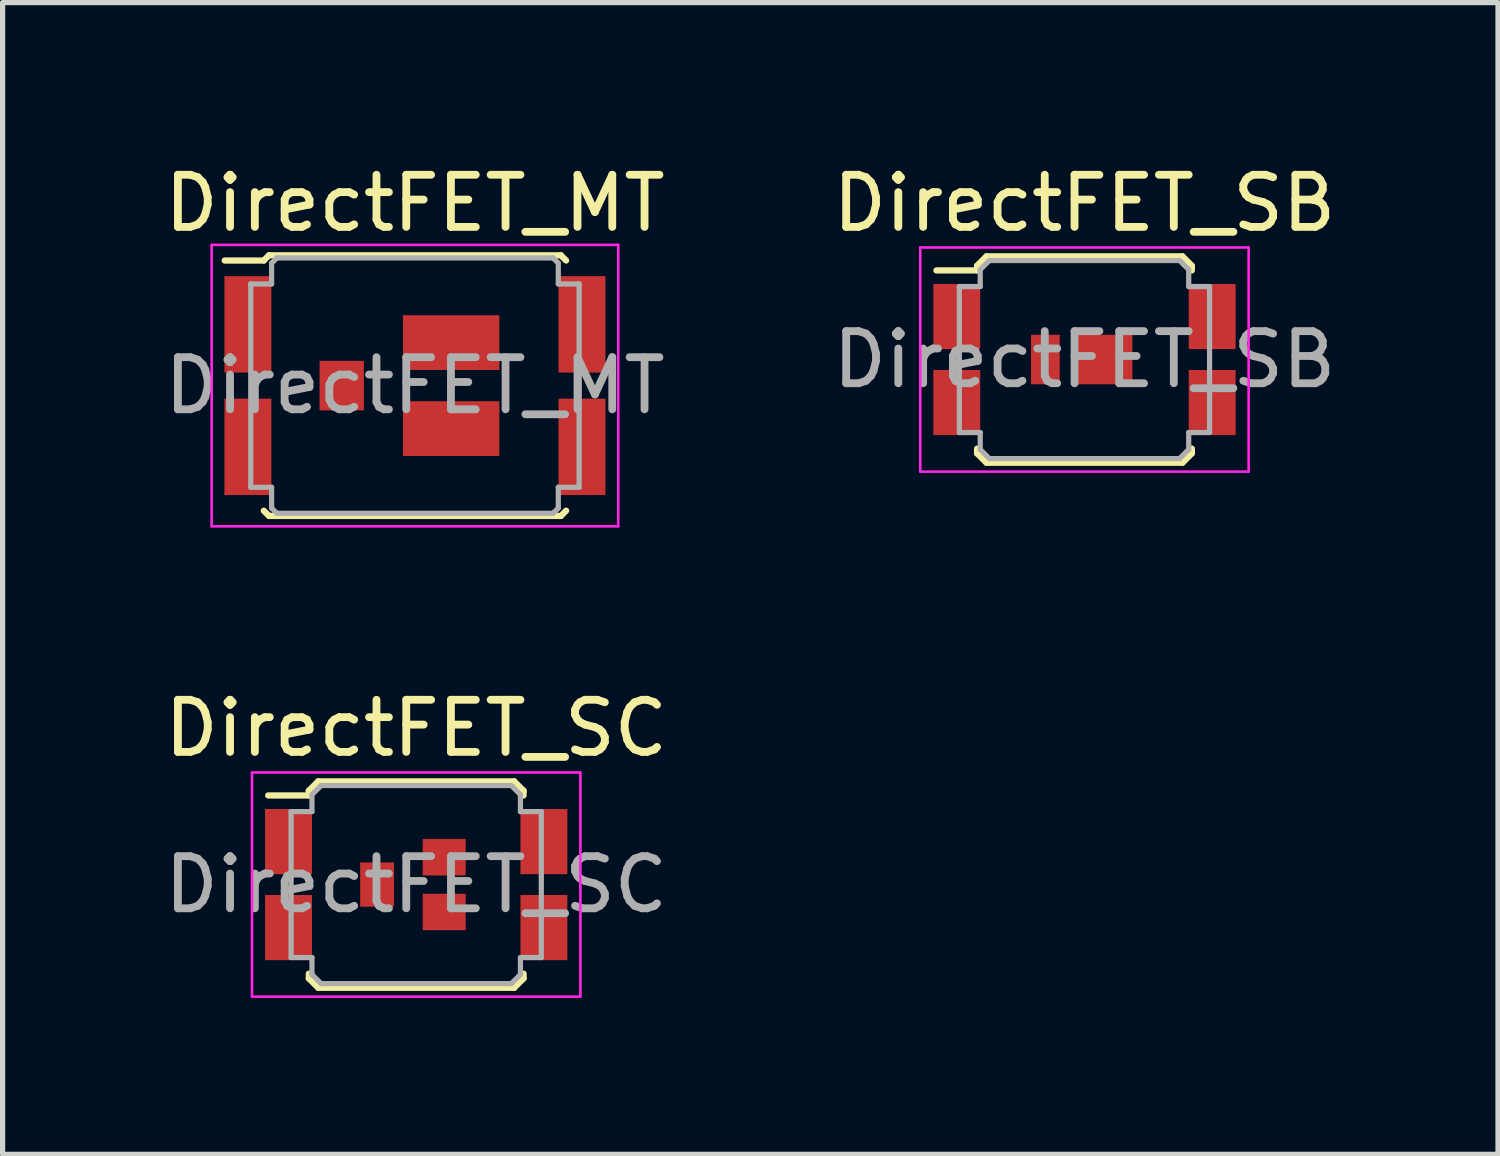
<source format=kicad_pcb>
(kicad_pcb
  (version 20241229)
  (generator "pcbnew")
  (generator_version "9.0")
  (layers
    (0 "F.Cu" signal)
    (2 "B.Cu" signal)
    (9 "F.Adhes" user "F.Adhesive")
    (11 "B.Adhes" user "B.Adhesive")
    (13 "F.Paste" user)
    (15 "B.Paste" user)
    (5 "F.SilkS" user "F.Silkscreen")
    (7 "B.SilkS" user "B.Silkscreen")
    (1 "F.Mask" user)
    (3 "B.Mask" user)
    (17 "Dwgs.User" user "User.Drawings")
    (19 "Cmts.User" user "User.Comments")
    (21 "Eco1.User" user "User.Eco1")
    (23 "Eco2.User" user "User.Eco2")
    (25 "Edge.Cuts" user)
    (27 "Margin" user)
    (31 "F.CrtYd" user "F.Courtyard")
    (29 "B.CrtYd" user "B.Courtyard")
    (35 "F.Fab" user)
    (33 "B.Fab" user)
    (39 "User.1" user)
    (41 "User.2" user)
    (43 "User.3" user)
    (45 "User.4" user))
  (footprint "DirectFET_SC"
    (layer "F.Cu")
    (at 4.935 13.921)
    (property "Reference" "DirectFET_SC" (at 0 -3 0) (layer "F.SilkS") (effects (font (size 1 1) (thickness 0.15))))
    (attr smd)
    (fp_line (start -2.84 -1.71) (end -2.06 -1.71) (stroke (width 0.12) (type solid)) (layer "F.SilkS"))
    (fp_line (start -2.06 -1.8) (end -1.88 -1.98) (stroke (width 0.12) (type solid)) (layer "F.SilkS"))
    (fp_line (start -2.06 -1.71) (end -2.06 -1.8) (stroke (width 0.12) (type solid)) (layer "F.SilkS"))
    (fp_line (start -2.06 1.71) (end -2.06 1.8) (stroke (width 0.12) (type solid)) (layer "F.SilkS"))
    (fp_line (start -2.06 1.8) (end -1.88 1.98) (stroke (width 0.12) (type solid)) (layer "F.SilkS"))
    (fp_line (start -1.88 -1.98) (end 1.88 -1.98) (stroke (width 0.12) (type solid)) (layer "F.SilkS"))
    (fp_line (start -1.88 1.98) (end 1.88 1.98) (stroke (width 0.12) (type solid)) (layer "F.SilkS"))
    (fp_line (start 2.06 -1.8) (end 1.88 -1.98) (stroke (width 0.12) (type solid)) (layer "F.SilkS"))
    (fp_line (start 2.06 -1.71) (end 2.06 -1.8) (stroke (width 0.12) (type solid)) (layer "F.SilkS"))
    (fp_line (start 2.06 1.71) (end 2.06 1.8) (stroke (width 0.12) (type solid)) (layer "F.SilkS"))
    (fp_line (start 2.06 1.8) (end 1.88 1.98) (stroke (width 0.12) (type solid)) (layer "F.SilkS"))
    (fp_line (start -3.15 -2.15) (end -3.15 2.15) (stroke (width 0.05) (type solid)) (layer "F.CrtYd"))
    (fp_line (start -3.15 -2.15) (end 3.15 -2.15) (stroke (width 0.05) (type solid)) (layer "F.CrtYd"))
    (fp_line (start -3.15 2.15) (end 3.15 2.15) (stroke (width 0.05) (type solid)) (layer "F.CrtYd"))
    (fp_line (start 3.15 -2.15) (end 3.15 2.15) (stroke (width 0.05) (type solid)) (layer "F.CrtYd"))
    (fp_line (start -2.4 -1.4) (end -2 -1.4) (stroke (width 0.1) (type solid)) (layer "F.Fab"))
    (fp_line (start -2.4 1.4) (end -2.4 -1.4) (stroke (width 0.1) (type solid)) (layer "F.Fab"))
    (fp_line (start -2.4 1.4) (end -2 1.4) (stroke (width 0.1) (type solid)) (layer "F.Fab"))
    (fp_line (start -2 -1.725) (end -1.825 -1.9) (stroke (width 0.1) (type solid)) (layer "F.Fab"))
    (fp_line (start -2 -1.4) (end -2 -1.725) (stroke (width 0.1) (type solid)) (layer "F.Fab"))
    (fp_line (start -2 1.4) (end -2 1.725) (stroke (width 0.1) (type solid)) (layer "F.Fab"))
    (fp_line (start -2 1.725) (end -1.825 1.9) (stroke (width 0.1) (type solid)) (layer "F.Fab"))
    (fp_line (start -1.825 -1.9) (end 1.825 -1.9) (stroke (width 0.1) (type solid)) (layer "F.Fab"))
    (fp_line (start -1.825 1.9) (end 1.825 1.9) (stroke (width 0.1) (type solid)) (layer "F.Fab"))
    (fp_line (start 1.825 -1.9) (end 2 -1.725) (stroke (width 0.1) (type solid)) (layer "F.Fab"))
    (fp_line (start 1.825 1.9) (end 2 1.725) (stroke (width 0.1) (type solid)) (layer "F.Fab"))
    (fp_line (start 2 -1.4) (end 2 -1.725) (stroke (width 0.1) (type solid)) (layer "F.Fab"))
    (fp_line (start 2 1.4) (end 2 1.725) (stroke (width 0.1) (type solid)) (layer "F.Fab"))
    (fp_line (start 2.4 -1.4) (end 2 -1.4) (stroke (width 0.1) (type solid)) (layer "F.Fab"))
    (fp_line (start 2.4 1.4) (end 2 1.4) (stroke (width 0.1) (type solid)) (layer "F.Fab"))
    (fp_line (start 2.4 1.4) (end 2.4 -1.4) (stroke (width 0.1) (type solid)) (layer "F.Fab"))
    (fp_text user "${REFERENCE}" (at 0 0 0) (layer "F.Fab") (effects (font (size 1 1) (thickness 0.15))))
    (pad "1" smd rect (at -2.45 -0.825) (size 0.9 1.25) (layers "F.Cu" "F.Mask" "F.Paste"))
    (pad "1" smd rect (at -2.45 0.825) (size 0.9 1.25) (layers "F.Cu" "F.Mask" "F.Paste"))
    (pad "1" smd rect (at 2.45 -0.825) (size 0.9 1.25) (layers "F.Cu" "F.Mask" "F.Paste"))
    (pad "1" smd rect (at 2.45 0.825) (size 0.9 1.25) (layers "F.Cu" "F.Mask" "F.Paste"))
    (pad "2" smd rect (at -0.75 0) (size 0.65 0.85) (layers "F.Cu" "F.Mask" "F.Paste"))
    (pad "3" smd rect (at 0.537 -0.525) (size 0.825 0.7) (layers "F.Cu" "F.Mask" "F.Paste"))
    (pad "3" smd rect (at 0.537 0.525) (size 0.825 0.7) (layers "F.Cu" "F.Mask" "F.Paste")))
  (footprint "DirectFET_SB"
    (layer "F.Cu")
    (at 17.756 3.848)
    (property "Reference" "DirectFET_SB" (at 0 -3 0) (layer "F.SilkS") (effects (font (size 1 1) (thickness 0.15))))
    (attr smd)
    (fp_line (start -2.84 -1.71) (end -2.06 -1.71) (stroke (width 0.12) (type solid)) (layer "F.SilkS"))
    (fp_line (start -2.06 -1.8) (end -1.88 -1.98) (stroke (width 0.12) (type solid)) (layer "F.SilkS"))
    (fp_line (start -2.06 -1.71) (end -2.06 -1.8) (stroke (width 0.12) (type solid)) (layer "F.SilkS"))
    (fp_line (start -2.06 1.71) (end -2.06 1.8) (stroke (width 0.12) (type solid)) (layer "F.SilkS"))
    (fp_line (start -2.06 1.8) (end -1.88 1.98) (stroke (width 0.12) (type solid)) (layer "F.SilkS"))
    (fp_line (start -1.88 -1.98) (end 1.88 -1.98) (stroke (width 0.12) (type solid)) (layer "F.SilkS"))
    (fp_line (start -1.88 1.98) (end 1.88 1.98) (stroke (width 0.12) (type solid)) (layer "F.SilkS"))
    (fp_line (start 2.06 -1.8) (end 1.88 -1.98) (stroke (width 0.12) (type solid)) (layer "F.SilkS"))
    (fp_line (start 2.06 -1.71) (end 2.06 -1.8) (stroke (width 0.12) (type solid)) (layer "F.SilkS"))
    (fp_line (start 2.06 1.71) (end 2.06 1.8) (stroke (width 0.12) (type solid)) (layer "F.SilkS"))
    (fp_line (start 2.06 1.8) (end 1.88 1.98) (stroke (width 0.12) (type solid)) (layer "F.SilkS"))
    (fp_line (start -3.15 -2.15) (end -3.15 2.15) (stroke (width 0.05) (type solid)) (layer "F.CrtYd"))
    (fp_line (start -3.15 -2.15) (end 3.15 -2.15) (stroke (width 0.05) (type solid)) (layer "F.CrtYd"))
    (fp_line (start -3.15 2.15) (end 3.15 2.15) (stroke (width 0.05) (type solid)) (layer "F.CrtYd"))
    (fp_line (start 3.15 -2.15) (end 3.15 2.15) (stroke (width 0.05) (type solid)) (layer "F.CrtYd"))
    (fp_line (start -2.4 -1.4) (end -2 -1.4) (stroke (width 0.1) (type solid)) (layer "F.Fab"))
    (fp_line (start -2.4 1.4) (end -2.4 -1.4) (stroke (width 0.1) (type solid)) (layer "F.Fab"))
    (fp_line (start -2.4 1.4) (end -2 1.4) (stroke (width 0.1) (type solid)) (layer "F.Fab"))
    (fp_line (start -2 -1.725) (end -1.825 -1.9) (stroke (width 0.1) (type solid)) (layer "F.Fab"))
    (fp_line (start -2 -1.4) (end -2 -1.725) (stroke (width 0.1) (type solid)) (layer "F.Fab"))
    (fp_line (start -2 1.4) (end -2 1.725) (stroke (width 0.1) (type solid)) (layer "F.Fab"))
    (fp_line (start -2 1.725) (end -1.825 1.9) (stroke (width 0.1) (type solid)) (layer "F.Fab"))
    (fp_line (start -1.825 -1.9) (end 1.825 -1.9) (stroke (width 0.1) (type solid)) (layer "F.Fab"))
    (fp_line (start -1.825 1.9) (end 1.825 1.9) (stroke (width 0.1) (type solid)) (layer "F.Fab"))
    (fp_line (start 1.825 -1.9) (end 2 -1.725) (stroke (width 0.1) (type solid)) (layer "F.Fab"))
    (fp_line (start 1.825 1.9) (end 2 1.725) (stroke (width 0.1) (type solid)) (layer "F.Fab"))
    (fp_line (start 2 -1.4) (end 2 -1.725) (stroke (width 0.1) (type solid)) (layer "F.Fab"))
    (fp_line (start 2 1.4) (end 2 1.725) (stroke (width 0.1) (type solid)) (layer "F.Fab"))
    (fp_line (start 2.4 -1.4) (end 2 -1.4) (stroke (width 0.1) (type solid)) (layer "F.Fab"))
    (fp_line (start 2.4 1.4) (end 2 1.4) (stroke (width 0.1) (type solid)) (layer "F.Fab"))
    (fp_line (start 2.4 1.4) (end 2.4 -1.4) (stroke (width 0.1) (type solid)) (layer "F.Fab"))
    (fp_text user "${REFERENCE}" (at 0 0 0) (layer "F.Fab") (effects (font (size 1 1) (thickness 0.15))))
    (pad "1" smd rect (at -2.45 -0.825) (size 0.9 1.25) (layers "F.Cu" "F.Mask" "F.Paste"))
    (pad "1" smd rect (at -2.45 0.825) (size 0.9 1.25) (layers "F.Cu" "F.Mask" "F.Paste"))
    (pad "1" smd rect (at 2.45 -0.825) (size 0.9 1.25) (layers "F.Cu" "F.Mask" "F.Paste"))
    (pad "1" smd rect (at 2.45 0.825) (size 0.9 1.25) (layers "F.Cu" "F.Mask" "F.Paste"))
    (pad "2" smd rect (at -0.75 0) (size 0.55 0.95) (layers "F.Cu" "F.Mask" "F.Paste"))
    (pad "3" smd rect (at 0.395 0) (size 1.05 0.95) (layers "F.Cu" "F.Mask" "F.Paste")))
  (footprint "DirectFET_MT"
    (layer "F.Cu")
    (at 4.911 4.348)
    (property "Reference" "DirectFET_MT" (at 0 -3.5 0) (layer "F.SilkS") (effects (font (size 1 1) (thickness 0.15))))
    (attr smd)
    (fp_line (start -3.65 -2.4) (end -2.9 -2.4) (stroke (width 0.12) (type solid)) (layer "F.SilkS"))
    (fp_line (start -2.9 -2.4) (end -2.8 -2.5) (stroke (width 0.12) (type solid)) (layer "F.SilkS"))
    (fp_line (start -2.8 -2.5) (end 2.8 -2.5) (stroke (width 0.12) (type solid)) (layer "F.SilkS"))
    (fp_line (start -2.8 2.5) (end -2.9 2.4) (stroke (width 0.12) (type solid)) (layer "F.SilkS"))
    (fp_line (start 2.8 -2.5) (end 2.9 -2.4) (stroke (width 0.12) (type solid)) (layer "F.SilkS"))
    (fp_line (start 2.8 2.5) (end -2.8 2.5) (stroke (width 0.12) (type solid)) (layer "F.SilkS"))
    (fp_line (start 2.9 2.4) (end 2.8 2.5) (stroke (width 0.12) (type solid)) (layer "F.SilkS"))
    (fp_line (start -3.9 -2.7) (end -3.9 2.7) (stroke (width 0.05) (type solid)) (layer "F.CrtYd"))
    (fp_line (start -3.9 2.7) (end 3.9 2.7) (stroke (width 0.05) (type solid)) (layer "F.CrtYd"))
    (fp_line (start 3.9 -2.7) (end -3.9 -2.7) (stroke (width 0.05) (type solid)) (layer "F.CrtYd"))
    (fp_line (start 3.9 2.7) (end 3.9 -2.7) (stroke (width 0.05) (type solid)) (layer "F.CrtYd"))
    (fp_line (start -3.15 -1.95) (end -2.75 -1.95) (stroke (width 0.1) (type solid)) (layer "F.Fab"))
    (fp_line (start -3.15 1.95) (end -3.15 -1.95) (stroke (width 0.1) (type solid)) (layer "F.Fab"))
    (fp_line (start -3.15 1.95) (end -2.75 1.95) (stroke (width 0.1) (type solid)) (layer "F.Fab"))
    (fp_line (start -2.75 -2.35) (end -2.65 -2.45) (stroke (width 0.1) (type solid)) (layer "F.Fab"))
    (fp_line (start -2.75 -1.95) (end -2.75 -2.35) (stroke (width 0.1) (type solid)) (layer "F.Fab"))
    (fp_line (start -2.75 1.95) (end -2.75 2.35) (stroke (width 0.1) (type solid)) (layer "F.Fab"))
    (fp_line (start -2.75 2.35) (end -2.65 2.45) (stroke (width 0.1) (type solid)) (layer "F.Fab"))
    (fp_line (start -2.65 2.45) (end 2.65 2.45) (stroke (width 0.1) (type solid)) (layer "F.Fab"))
    (fp_line (start 2.65 -2.45) (end -2.65 -2.45) (stroke (width 0.1) (type solid)) (layer "F.Fab"))
    (fp_line (start 2.65 -2.45) (end 2.75 -2.35) (stroke (width 0.1) (type solid)) (layer "F.Fab"))
    (fp_line (start 2.75 -2.35) (end 2.75 -1.95) (stroke (width 0.1) (type solid)) (layer "F.Fab"))
    (fp_line (start 2.75 -1.95) (end 3.15 -1.95) (stroke (width 0.1) (type solid)) (layer "F.Fab"))
    (fp_line (start 2.75 1.95) (end 2.75 2.35) (stroke (width 0.1) (type solid)) (layer "F.Fab"))
    (fp_line (start 2.75 2.35) (end 2.65 2.45) (stroke (width 0.1) (type solid)) (layer "F.Fab"))
    (fp_line (start 3.15 -1.95) (end 3.15 1.95) (stroke (width 0.1) (type solid)) (layer "F.Fab"))
    (fp_line (start 3.15 1.95) (end 2.75 1.95) (stroke (width 0.1) (type solid)) (layer "F.Fab"))
    (fp_text user "${REFERENCE}" (at 0 0 0) (layer "F.Fab") (effects (font (size 1 1) (thickness 0.15))))
    (pad "1" smd rect (at -3.205 -1.175) (size 0.9 1.85) (layers "F.Cu" "F.Mask" "F.Paste"))
    (pad "1" smd rect (at -3.205 1.175) (size 0.9 1.85) (layers "F.Cu" "F.Mask" "F.Paste"))
    (pad "1" smd rect (at 3.205 -1.175) (size 0.9 1.85) (layers "F.Cu" "F.Mask" "F.Paste"))
    (pad "1" smd rect (at 3.205 1.175) (size 0.9 1.85) (layers "F.Cu" "F.Mask" "F.Paste"))
    (pad "2" smd rect (at -1.405 0) (size 0.85 0.95) (layers "F.Cu" "F.Mask" "F.Paste"))
    (pad "3" smd rect (at 0.695 -0.825) (size 1.85 1.05) (layers "F.Cu" "F.Mask" "F.Paste"))
    (pad "3" smd rect (at 0.695 0.825) (size 1.85 1.05) (layers "F.Cu" "F.Mask" "F.Paste")))
  (gr_rect
    (start -3 -3)
    (end 25.69 19.096)
    (stroke (width 0.1) (type default))
    (fill no)
    (layer "Edge.Cuts")))
</source>
